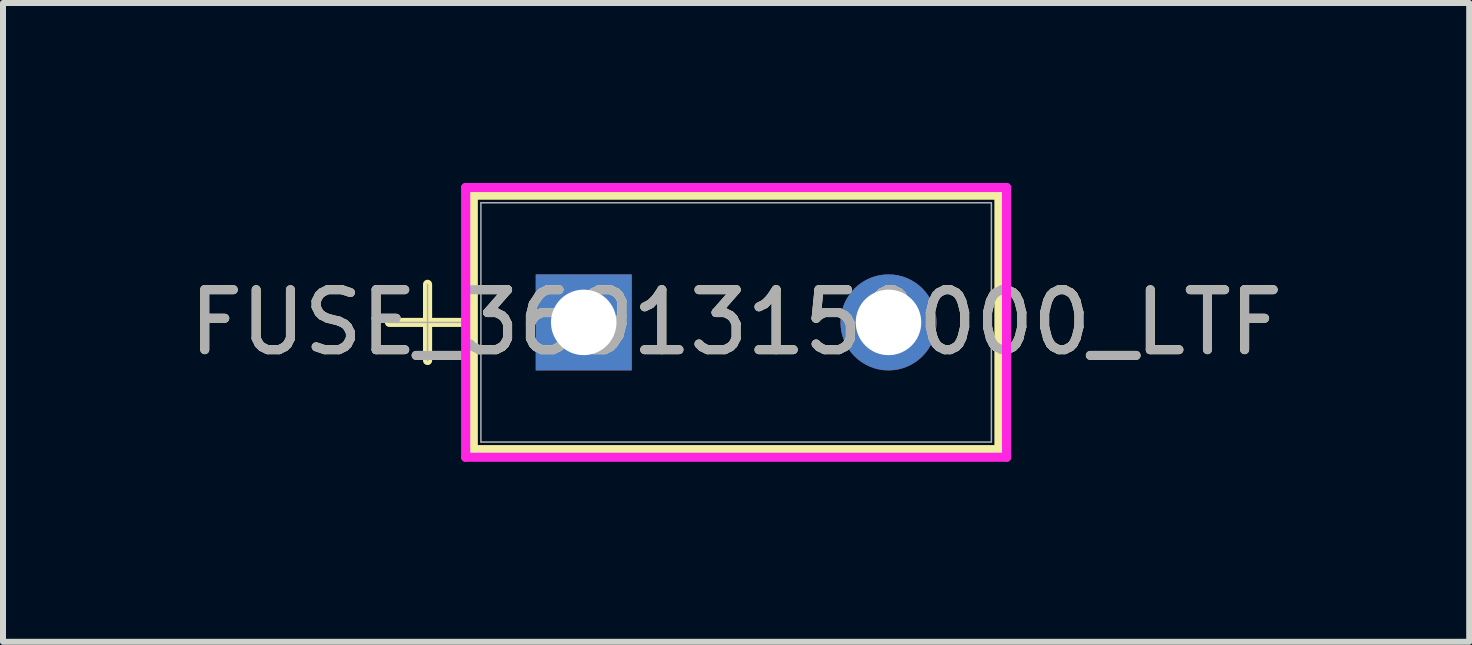
<source format=kicad_pcb>
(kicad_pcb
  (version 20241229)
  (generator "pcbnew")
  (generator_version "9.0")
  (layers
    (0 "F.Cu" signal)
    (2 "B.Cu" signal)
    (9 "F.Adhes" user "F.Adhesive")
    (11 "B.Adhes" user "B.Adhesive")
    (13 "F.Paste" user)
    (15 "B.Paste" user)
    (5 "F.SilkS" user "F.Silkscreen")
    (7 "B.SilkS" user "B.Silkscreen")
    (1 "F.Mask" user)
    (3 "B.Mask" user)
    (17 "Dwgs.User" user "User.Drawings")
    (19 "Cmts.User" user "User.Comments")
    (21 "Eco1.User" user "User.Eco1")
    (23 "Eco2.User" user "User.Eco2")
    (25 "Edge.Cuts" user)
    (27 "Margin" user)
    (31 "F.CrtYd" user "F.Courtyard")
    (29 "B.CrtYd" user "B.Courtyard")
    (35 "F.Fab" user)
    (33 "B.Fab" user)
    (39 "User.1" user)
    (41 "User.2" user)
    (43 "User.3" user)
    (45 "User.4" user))
  (footprint "FUSE_36913150000_LTF"
    (layer "F.Cu")
    (at 6.68 2.324)
    (property "Reference" "FUSE_36913150000_LTF" (at 2.54 0 0) (unlocked yes) (layer "F.SilkS") (effects (font (size 1 1) (thickness 0.15))))
    (attr through_hole)
    (fp_line (start -3.239 0) (end -1.968 0) (stroke (width 0.152) (type solid)) (layer "F.SilkS"))
    (fp_line (start -2.603 -0.635) (end -2.603 0.635) (stroke (width 0.152) (type solid)) (layer "F.SilkS"))
    (fp_line (start -1.841 -2.121) (end -1.841 2.121) (stroke (width 0.152) (type solid)) (layer "F.SilkS"))
    (fp_line (start 6.921 -2.121) (end -1.841 -2.121) (stroke (width 0.152) (type solid)) (layer "F.SilkS"))
    (fp_line (start 6.921 -2.121) (end 6.921 2.121) (stroke (width 0.152) (type solid)) (layer "F.SilkS"))
    (fp_line (start 6.921 2.121) (end -1.841 2.121) (stroke (width 0.152) (type solid)) (layer "F.SilkS"))
    (fp_line (start -1.968 -2.248) (end 7.048 -2.248) (stroke (width 0.152) (type solid)) (layer "F.CrtYd"))
    (fp_line (start -1.968 2.248) (end -1.968 -2.248) (stroke (width 0.152) (type solid)) (layer "F.CrtYd"))
    (fp_line (start 7.048 -2.248) (end 7.048 2.248) (stroke (width 0.152) (type solid)) (layer "F.CrtYd"))
    (fp_line (start 7.048 2.248) (end -1.968 2.248) (stroke (width 0.152) (type solid)) (layer "F.CrtYd"))
    (fp_line (start -3.239 0) (end -1.968 0) (stroke (width 0.025) (type solid)) (layer "F.Fab"))
    (fp_line (start -2.603 -0.635) (end -2.603 0.635) (stroke (width 0.025) (type solid)) (layer "F.Fab"))
    (fp_line (start -1.714 -1.994) (end -1.714 1.994) (stroke (width 0.025) (type solid)) (layer "F.Fab"))
    (fp_line (start 6.795 -1.994) (end -1.714 -1.994) (stroke (width 0.025) (type solid)) (layer "F.Fab"))
    (fp_line (start 6.795 -1.994) (end 6.795 1.994) (stroke (width 0.025) (type solid)) (layer "F.Fab"))
    (fp_line (start 6.795 1.994) (end -1.714 1.994) (stroke (width 0.025) (type solid)) (layer "F.Fab"))
    (fp_text user "${REFERENCE}" (at 2.54 0 0) (unlocked yes) (layer "F.Fab") (effects (font (size 1 1) (thickness 0.15))))
    (pad "1" thru_hole rect (at 0 0) (size 1.6 1.6) (drill 1.092) (layers "*.Cu" "*.Mask"))
    (pad "2" thru_hole circle (at 5.08 0) (size 1.6 1.6) (drill 1.092) (layers "*.Cu" "*.Mask")))
  (gr_rect
    (start -3 -3)
    (end 21.44 7.648)
    (stroke (width 0.1) (type default))
    (fill no)
    (layer "Edge.Cuts")))
</source>
